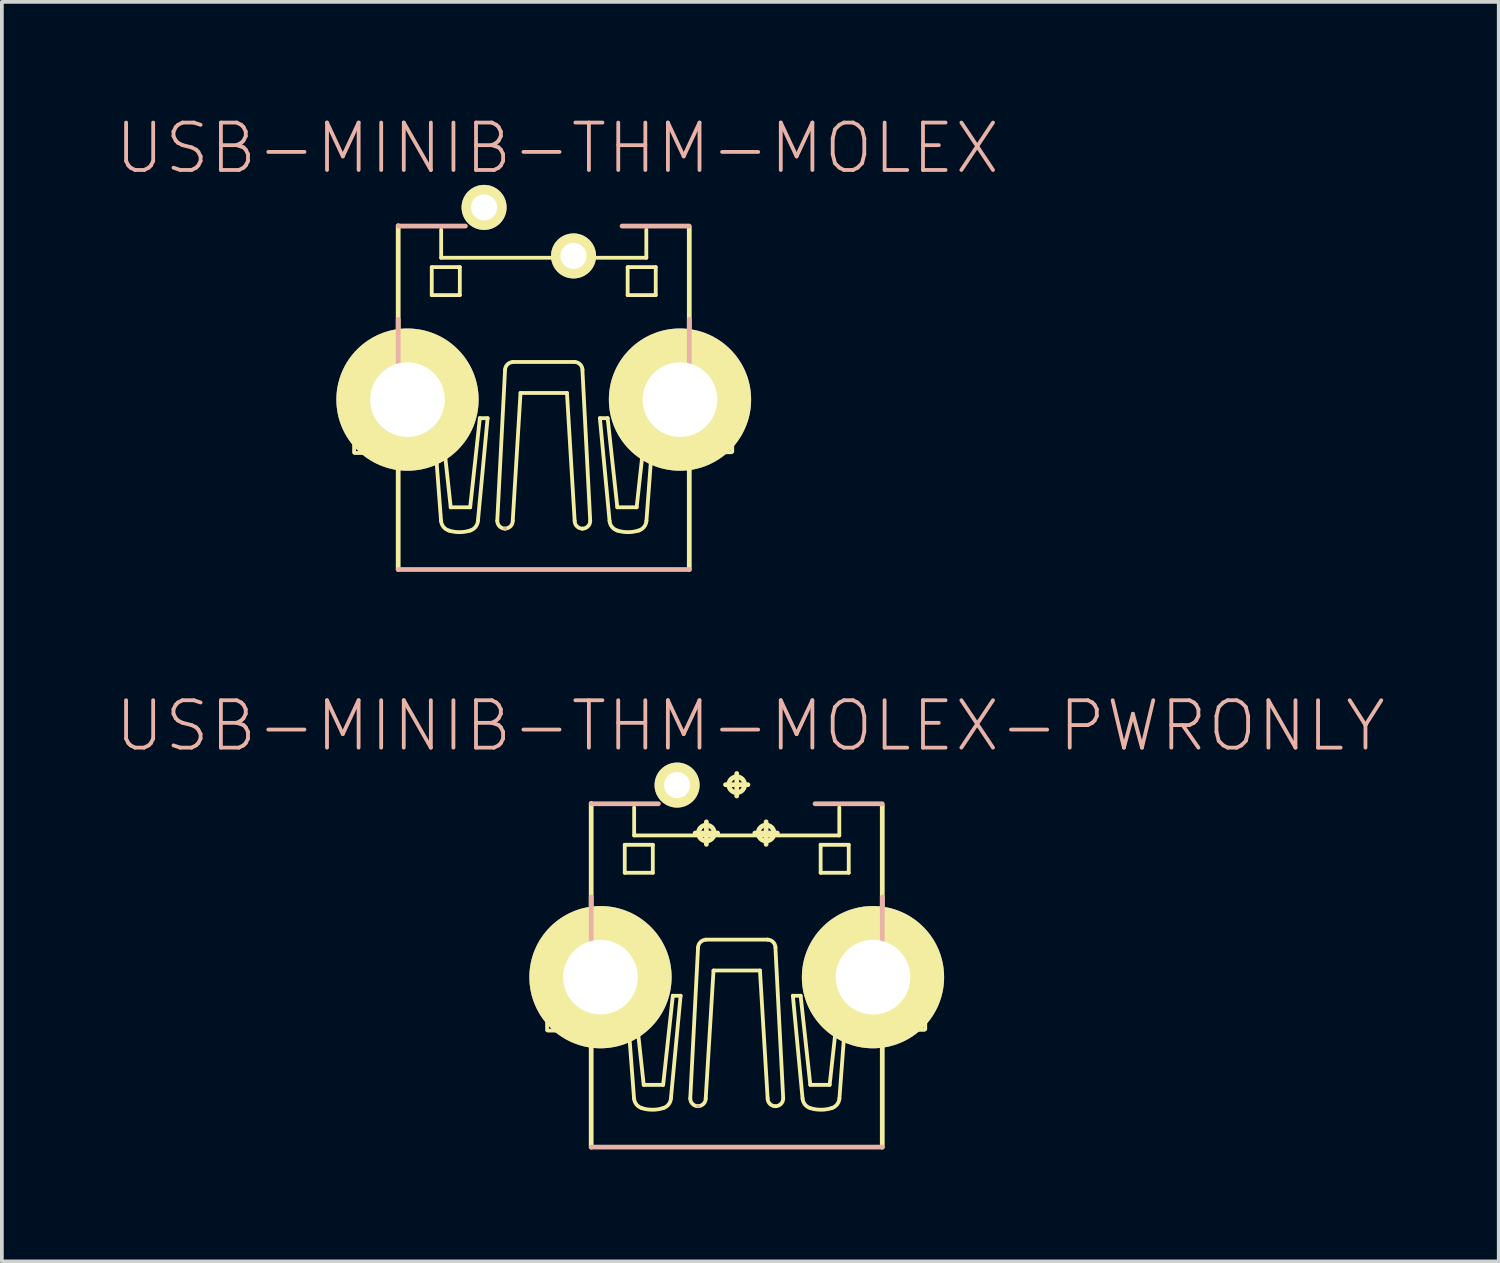
<source format=kicad_pcb>
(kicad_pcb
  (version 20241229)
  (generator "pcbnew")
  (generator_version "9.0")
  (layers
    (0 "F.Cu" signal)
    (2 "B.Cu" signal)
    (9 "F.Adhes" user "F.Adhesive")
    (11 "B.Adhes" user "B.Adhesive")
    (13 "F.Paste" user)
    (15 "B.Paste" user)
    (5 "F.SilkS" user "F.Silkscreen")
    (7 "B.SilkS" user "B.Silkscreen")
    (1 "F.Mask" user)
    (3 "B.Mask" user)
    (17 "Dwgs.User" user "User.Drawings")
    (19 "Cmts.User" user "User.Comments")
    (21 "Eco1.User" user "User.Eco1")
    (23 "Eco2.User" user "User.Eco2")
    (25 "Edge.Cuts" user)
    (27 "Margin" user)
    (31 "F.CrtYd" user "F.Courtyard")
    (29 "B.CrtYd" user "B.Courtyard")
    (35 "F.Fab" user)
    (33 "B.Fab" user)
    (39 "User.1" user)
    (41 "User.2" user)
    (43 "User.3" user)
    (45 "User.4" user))
  (footprint "USB-MINIB-THM-MOLEX"
    (layer "F.Cu")
    (at 11.516 12.224)
    (property "Reference" "USB-MINIB-THM-MOLEX" (at 0.363 -11.303 0) (layer "B.SilkS") (effects (font (size 1.27 1.27) (thickness 0.102))))
    (attr exclude_from_pos_files exclude_from_bom)
    (fp_line (start -5.08 -4.498) (end -5.08 -4.1) (stroke (width 0.102) (type solid)) (layer "F.SilkS"))
    (fp_line (start -5.08 -3.15) (end -5.08 -3.498) (stroke (width 0.102) (type solid)) (layer "F.SilkS"))
    (fp_line (start -5.06 -4.519) (end -3.909 -4.519) (stroke (width 0.102) (type solid)) (layer "F.SilkS"))
    (fp_line (start -3.909 -3.139) (end -5.06 -3.139) (stroke (width 0.102) (type solid)) (layer "F.SilkS"))
    (fp_line (start -3.899 -4.529) (end -3.899 -9.228) (stroke (width 0.127) (type solid)) (layer "F.SilkS"))
    (fp_line (start -3.899 -0.018) (end -3.899 -3.119) (stroke (width 0.127) (type solid)) (layer "F.SilkS"))
    (fp_line (start -3 -8.118) (end -2.248 -8.118) (stroke (width 0.102) (type solid)) (layer "F.SilkS"))
    (fp_line (start -3 -7.369) (end -3 -8.118) (stroke (width 0.102) (type solid)) (layer "F.SilkS"))
    (fp_line (start -2.959 -4.072) (end -2.751 -1.321) (stroke (width 0.102) (type solid)) (layer "F.SilkS"))
    (fp_line (start -2.751 -4.072) (end -2.959 -4.072) (stroke (width 0.102) (type solid)) (layer "F.SilkS"))
    (fp_line (start -2.748 -9.119) (end -2.748 -8.369) (stroke (width 0.102) (type solid)) (layer "F.SilkS"))
    (fp_line (start -2.748 -8.369) (end 2.748 -8.369) (stroke (width 0.102) (type solid)) (layer "F.SilkS"))
    (fp_line (start -2.492 -1.684) (end -2.751 -4.072) (stroke (width 0.102) (type solid)) (layer "F.SilkS"))
    (fp_line (start -2.248 -8.118) (end -2.248 -7.369) (stroke (width 0.102) (type solid)) (layer "F.SilkS"))
    (fp_line (start -2.248 -7.369) (end -3 -7.369) (stroke (width 0.102) (type solid)) (layer "F.SilkS"))
    (fp_line (start -1.971 -1.684) (end -2.492 -1.684) (stroke (width 0.102) (type solid)) (layer "F.SilkS"))
    (fp_line (start -1.763 -1.321) (end -1.504 -4.072) (stroke (width 0.102) (type solid)) (layer "F.SilkS"))
    (fp_line (start -1.712 -4.072) (end -1.971 -1.684) (stroke (width 0.102) (type solid)) (layer "F.SilkS"))
    (fp_line (start -1.504 -4.072) (end -1.712 -4.072) (stroke (width 0.102) (type solid)) (layer "F.SilkS"))
    (fp_line (start -1.245 -1.321) (end -1.036 -5.37) (stroke (width 0.102) (type solid)) (layer "F.SilkS"))
    (fp_line (start -0.831 -1.321) (end -0.622 -4.747) (stroke (width 0.102) (type solid)) (layer "F.SilkS"))
    (fp_line (start 0.622 -4.747) (end -0.622 -4.747) (stroke (width 0.102) (type solid)) (layer "F.SilkS"))
    (fp_line (start 0.828 -5.578) (end -0.831 -5.578) (stroke (width 0.102) (type solid)) (layer "F.SilkS"))
    (fp_line (start 0.828 -1.321) (end 0.622 -4.747) (stroke (width 0.102) (type solid)) (layer "F.SilkS"))
    (fp_line (start 1.245 -1.321) (end 1.036 -5.37) (stroke (width 0.102) (type solid)) (layer "F.SilkS"))
    (fp_line (start 1.504 -4.072) (end 1.712 -4.072) (stroke (width 0.102) (type solid)) (layer "F.SilkS"))
    (fp_line (start 1.712 -4.072) (end 1.971 -1.684) (stroke (width 0.102) (type solid)) (layer "F.SilkS"))
    (fp_line (start 1.763 -1.321) (end 1.504 -4.072) (stroke (width 0.102) (type solid)) (layer "F.SilkS"))
    (fp_line (start 1.971 -1.684) (end 2.489 -1.684) (stroke (width 0.102) (type solid)) (layer "F.SilkS"))
    (fp_line (start 2.248 -8.118) (end 2.248 -7.369) (stroke (width 0.102) (type solid)) (layer "F.SilkS"))
    (fp_line (start 2.248 -7.369) (end 3 -7.369) (stroke (width 0.102) (type solid)) (layer "F.SilkS"))
    (fp_line (start 2.489 -1.684) (end 2.751 -4.072) (stroke (width 0.102) (type solid)) (layer "F.SilkS"))
    (fp_line (start 2.748 -8.369) (end 2.748 -9.119) (stroke (width 0.102) (type solid)) (layer "F.SilkS"))
    (fp_line (start 2.751 -4.072) (end 2.957 -4.072) (stroke (width 0.102) (type solid)) (layer "F.SilkS"))
    (fp_line (start 2.957 -4.072) (end 2.751 -1.321) (stroke (width 0.102) (type solid)) (layer "F.SilkS"))
    (fp_line (start 3 -8.118) (end 2.248 -8.118) (stroke (width 0.102) (type solid)) (layer "F.SilkS"))
    (fp_line (start 3 -7.369) (end 3 -8.118) (stroke (width 0.102) (type solid)) (layer "F.SilkS"))
    (fp_line (start 3.879 -4.539) (end 5.029 -4.539) (stroke (width 0.102) (type solid)) (layer "F.SilkS"))
    (fp_line (start 3.899 -4.58) (end 3.899 -9.18) (stroke (width 0.127) (type solid)) (layer "F.SilkS"))
    (fp_line (start 3.899 -0.018) (end 3.899 -3.119) (stroke (width 0.127) (type solid)) (layer "F.SilkS"))
    (fp_line (start 5.029 -3.16) (end 3.879 -3.16) (stroke (width 0.102) (type solid)) (layer "F.SilkS"))
    (fp_line (start 5.05 -4.529) (end 5.05 -4.178) (stroke (width 0.102) (type solid)) (layer "F.SilkS"))
    (fp_line (start 5.05 -3.178) (end 5.05 -3.579) (stroke (width 0.102) (type solid)) (layer "F.SilkS"))
    (fp_arc (start -5.08 -4.09956) (mid -4.78028 -3.79984) (end -5.08 -3.50012) (stroke (width 0.1016) (type solid)) (layer "F.SilkS"))
    (fp_arc (start -2.54254 -1.06172) (mid -2.686403 -1.159416) (end -2.750193 -1.321193) (stroke (width 0.1016) (type solid)) (layer "F.SilkS"))
    (fp_arc (start -1.97104 -1.06172) (mid -2.255382 -1.018424) (end -2.539958 -1.060154) (stroke (width 0.1016) (type solid)) (layer "F.SilkS"))
    (fp_arc (start -1.76276 -1.3208) (mid -1.826881 -1.158738) (end -1.971177 -1.060993) (stroke (width 0.1016) (type solid)) (layer "F.SilkS"))
    (fp_arc (start -1.03632 -5.36956) (mid -0.972121 -5.51206) (end -0.829227 -5.575374) (stroke (width 0.1016) (type solid)) (layer "F.SilkS"))
    (fp_arc (start -1.03632 -1.11252) (mid -1.183596 -1.173524) (end -1.2446 -1.3208) (stroke (width 0.1016) (type solid)) (layer "F.SilkS"))
    (fp_arc (start -0.83058 -1.3208) (mid -0.89084 -1.17532) (end -1.03632 -1.11506) (stroke (width 0.1016) (type solid)) (layer "F.SilkS"))
    (fp_arc (start 0.82804 -5.57784) (mid 0.972882 -5.514688) (end 1.03864 -5.37101) (stroke (width 0.1016) (type solid)) (layer "F.SilkS"))
    (fp_arc (start 1.03632 -1.11252) (mid 0.889044 -1.173524) (end 0.82804 -1.3208) (stroke (width 0.1016) (type solid)) (layer "F.SilkS"))
    (fp_arc (start 1.2446 -1.3208) (mid 1.183596 -1.173524) (end 1.03632 -1.11252) (stroke (width 0.1016) (type solid)) (layer "F.SilkS"))
    (fp_arc (start 1.97104 -1.06172) (mid 1.827177 -1.159416) (end 1.763387 -1.321193) (stroke (width 0.1016) (type solid)) (layer "F.SilkS"))
    (fp_arc (start 2.54254 -1.06172) (mid 2.258198 -1.018424) (end 1.973622 -1.060154) (stroke (width 0.1016) (type solid)) (layer "F.SilkS"))
    (fp_arc (start 2.75082 -1.3208) (mid 2.686699 -1.158738) (end 2.542403 -1.060993) (stroke (width 0.1016) (type solid)) (layer "F.SilkS"))
    (fp_arc (start 5.04952 -3.57886) (mid 4.7498 -3.87858) (end 5.04952 -4.1783) (stroke (width 0.1016) (type solid)) (layer "F.SilkS"))
    (fp_line (start -3.899 -9.218) (end -2.098 -9.218) (stroke (width 0.127) (type solid)) (layer "B.SilkS"))
    (fp_line (start -3.899 -4.018) (end -3.899 -6.718) (stroke (width 0.127) (type solid)) (layer "B.SilkS"))
    (fp_line (start -3.899 -0.018) (end 3.899 -0.018) (stroke (width 0.127) (type solid)) (layer "B.SilkS"))
    (fp_line (start -1.036 -1.113) (end -1.036 -1.113) (stroke (width 0.102) (type solid)) (layer "B.SilkS"))
    (fp_line (start 2.098 -9.218) (end 3.899 -9.218) (stroke (width 0.127) (type solid)) (layer "B.SilkS"))
    (fp_line (start 3.899 -6.718) (end 3.899 -4.618) (stroke (width 0.127) (type solid)) (layer "B.SilkS"))
    (pad "D+" thru_hole rect (at 0 -9.718) (size 0.001 0.001) (drill 0.699) (layers "*.Cu" "F.Mask" "F.SilkS" "F.Paste"))
    (pad "D-" thru_hole rect (at -0.798 -8.418) (size 0.001 0.001) (drill 0.699) (layers "*.Cu" "F.Mask" "F.SilkS" "F.Paste"))
    (pad "GND" thru_hole rect (at 1.598 -9.718) (size 0.001 0.001) (drill 0.699) (layers "*.Cu" "F.Mask" "F.SilkS" "F.Paste"))
    (pad "GND1" thru_hole circle (at -3.65 -4.569) (size 3.81 3.81) (drill 1.999) (layers "*.Cu" "F.Mask" "F.SilkS" "F.Paste"))
    (pad "GND4" thru_hole circle (at 3.65 -4.569) (size 3.81 3.81) (drill 1.999) (layers "*.Cu" "F.Mask" "F.SilkS" "F.Paste"))
    (pad "ID" thru_hole circle (at 0.798 -8.418) (size 1.206 1.206) (drill 0.699) (layers "*.Cu" "F.Mask" "F.SilkS" "F.Paste"))
    (pad "VBUS" thru_hole circle (at -1.598 -9.718) (size 1.206 1.206) (drill 0.699) (layers "*.Cu" "F.Mask" "F.SilkS" "F.Paste")))
  (footprint "USB-MINIB-THM-MOLEX-PWRONLY"
    (layer "F.Cu")
    (at 16.686 22.619)
    (property "Reference" "USB-MINIB-THM-MOLEX-PWRONLY" (at 0.363 -6.223 0) (layer "B.SilkS") (effects (font (size 1.27 1.27) (thickness 0.102))))
    (attr exclude_from_pos_files exclude_from_bom)
    (fp_line (start -5.08 0.579) (end -5.08 0.978) (stroke (width 0.102) (type solid)) (layer "F.SilkS"))
    (fp_line (start -5.08 1.928) (end -5.08 1.58) (stroke (width 0.102) (type solid)) (layer "F.SilkS"))
    (fp_line (start -5.06 0.559) (end -3.909 0.559) (stroke (width 0.102) (type solid)) (layer "F.SilkS"))
    (fp_line (start -3.909 1.938) (end -5.06 1.938) (stroke (width 0.102) (type solid)) (layer "F.SilkS"))
    (fp_line (start -3.899 0.549) (end -3.899 -4.148) (stroke (width 0.127) (type solid)) (layer "F.SilkS"))
    (fp_line (start -3.899 5.06) (end -3.899 1.958) (stroke (width 0.127) (type solid)) (layer "F.SilkS"))
    (fp_line (start -3 -3.038) (end -2.248 -3.038) (stroke (width 0.102) (type solid)) (layer "F.SilkS"))
    (fp_line (start -3 -2.289) (end -3 -3.038) (stroke (width 0.102) (type solid)) (layer "F.SilkS"))
    (fp_line (start -2.959 1.006) (end -2.751 3.757) (stroke (width 0.102) (type solid)) (layer "F.SilkS"))
    (fp_line (start -2.751 1.006) (end -2.959 1.006) (stroke (width 0.102) (type solid)) (layer "F.SilkS"))
    (fp_line (start -2.748 -4.039) (end -2.748 -3.289) (stroke (width 0.102) (type solid)) (layer "F.SilkS"))
    (fp_line (start -2.748 -3.289) (end 2.748 -3.289) (stroke (width 0.102) (type solid)) (layer "F.SilkS"))
    (fp_line (start -2.492 3.393) (end -2.751 1.006) (stroke (width 0.102) (type solid)) (layer "F.SilkS"))
    (fp_line (start -2.248 -3.038) (end -2.248 -2.289) (stroke (width 0.102) (type solid)) (layer "F.SilkS"))
    (fp_line (start -2.248 -2.289) (end -3 -2.289) (stroke (width 0.102) (type solid)) (layer "F.SilkS"))
    (fp_line (start -1.971 3.393) (end -2.492 3.393) (stroke (width 0.102) (type solid)) (layer "F.SilkS"))
    (fp_line (start -1.763 3.757) (end -1.504 1.006) (stroke (width 0.102) (type solid)) (layer "F.SilkS"))
    (fp_line (start -1.712 1.006) (end -1.971 3.393) (stroke (width 0.102) (type solid)) (layer "F.SilkS"))
    (fp_line (start -1.504 1.006) (end -1.712 1.006) (stroke (width 0.102) (type solid)) (layer "F.SilkS"))
    (fp_line (start -1.245 3.757) (end -1.036 -0.29) (stroke (width 0.102) (type solid)) (layer "F.SilkS"))
    (fp_line (start -1.113 -3.353) (end -0.511 -3.353) (stroke (width 0.127) (type solid)) (layer "F.SilkS"))
    (fp_line (start -0.831 3.757) (end -0.622 0.33) (stroke (width 0.102) (type solid)) (layer "F.SilkS"))
    (fp_line (start -0.813 -3.051) (end -0.813 -3.653) (stroke (width 0.127) (type solid)) (layer "F.SilkS"))
    (fp_line (start -0.3 -4.648) (end 0.3 -4.648) (stroke (width 0.127) (type solid)) (layer "F.SilkS"))
    (fp_line (start 0 -4.346) (end 0 -4.948) (stroke (width 0.127) (type solid)) (layer "F.SilkS"))
    (fp_line (start 0.485 -3.353) (end 1.087 -3.353) (stroke (width 0.127) (type solid)) (layer "F.SilkS"))
    (fp_line (start 0.622 0.33) (end -0.622 0.33) (stroke (width 0.102) (type solid)) (layer "F.SilkS"))
    (fp_line (start 0.787 -3.051) (end 0.787 -3.653) (stroke (width 0.127) (type solid)) (layer "F.SilkS"))
    (fp_line (start 0.828 -0.498) (end -0.831 -0.498) (stroke (width 0.102) (type solid)) (layer "F.SilkS"))
    (fp_line (start 0.828 3.757) (end 0.622 0.33) (stroke (width 0.102) (type solid)) (layer "F.SilkS"))
    (fp_line (start 1.245 3.757) (end 1.036 -0.29) (stroke (width 0.102) (type solid)) (layer "F.SilkS"))
    (fp_line (start 1.504 1.006) (end 1.712 1.006) (stroke (width 0.102) (type solid)) (layer "F.SilkS"))
    (fp_line (start 1.712 1.006) (end 1.971 3.393) (stroke (width 0.102) (type solid)) (layer "F.SilkS"))
    (fp_line (start 1.763 3.757) (end 1.504 1.006) (stroke (width 0.102) (type solid)) (layer "F.SilkS"))
    (fp_line (start 1.971 3.393) (end 2.489 3.393) (stroke (width 0.102) (type solid)) (layer "F.SilkS"))
    (fp_line (start 2.248 -3.038) (end 2.248 -2.289) (stroke (width 0.102) (type solid)) (layer "F.SilkS"))
    (fp_line (start 2.248 -2.289) (end 3 -2.289) (stroke (width 0.102) (type solid)) (layer "F.SilkS"))
    (fp_line (start 2.489 3.393) (end 2.751 1.006) (stroke (width 0.102) (type solid)) (layer "F.SilkS"))
    (fp_line (start 2.748 -3.289) (end 2.748 -4.039) (stroke (width 0.102) (type solid)) (layer "F.SilkS"))
    (fp_line (start 2.751 1.006) (end 2.957 1.006) (stroke (width 0.102) (type solid)) (layer "F.SilkS"))
    (fp_line (start 2.957 1.006) (end 2.751 3.757) (stroke (width 0.102) (type solid)) (layer "F.SilkS"))
    (fp_line (start 3 -3.038) (end 2.248 -3.038) (stroke (width 0.102) (type solid)) (layer "F.SilkS"))
    (fp_line (start 3 -2.289) (end 3 -3.038) (stroke (width 0.102) (type solid)) (layer "F.SilkS"))
    (fp_line (start 3.879 0.538) (end 5.029 0.538) (stroke (width 0.102) (type solid)) (layer "F.SilkS"))
    (fp_line (start 3.899 0.498) (end 3.899 -4.1) (stroke (width 0.127) (type solid)) (layer "F.SilkS"))
    (fp_line (start 3.899 5.06) (end 3.899 1.958) (stroke (width 0.127) (type solid)) (layer "F.SilkS"))
    (fp_line (start 5.029 1.918) (end 3.879 1.918) (stroke (width 0.102) (type solid)) (layer "F.SilkS"))
    (fp_line (start 5.05 0.549) (end 5.05 0.899) (stroke (width 0.102) (type solid)) (layer "F.SilkS"))
    (fp_line (start 5.05 1.9) (end 5.05 1.499) (stroke (width 0.102) (type solid)) (layer "F.SilkS"))
    (fp_arc (start -5.08 0.9779) (mid -4.78028 1.27762) (end -5.08 1.57734) (stroke (width 0.1016) (type solid)) (layer "F.SilkS"))
    (fp_arc (start -2.54254 4.01574) (mid -2.686403 3.918044) (end -2.750193 3.756267) (stroke (width 0.1016) (type solid)) (layer "F.SilkS"))
    (fp_arc (start -1.97104 4.01574) (mid -2.255382 4.059036) (end -2.539958 4.017306) (stroke (width 0.1016) (type solid)) (layer "F.SilkS"))
    (fp_arc (start -1.76276 3.75666) (mid -1.826881 3.918722) (end -1.971177 4.016467) (stroke (width 0.1016) (type solid)) (layer "F.SilkS"))
    (fp_arc (start -1.03632 -0.28956) (mid -0.972121 -0.43206) (end -0.829227 -0.495374) (stroke (width 0.1016) (type solid)) (layer "F.SilkS"))
    (fp_arc (start -1.03632 3.96494) (mid -1.183596 3.903936) (end -1.2446 3.75666) (stroke (width 0.1016) (type solid)) (layer "F.SilkS"))
    (fp_arc (start -0.83058 3.75666) (mid -0.89084 3.90214) (end -1.03632 3.9624) (stroke (width 0.1016) (type solid)) (layer "F.SilkS"))
    (fp_arc (start 0.82804 -0.49784) (mid 0.972882 -0.434688) (end 1.03864 -0.29101) (stroke (width 0.1016) (type solid)) (layer "F.SilkS"))
    (fp_arc (start 1.03632 3.96494) (mid 0.889044 3.903936) (end 0.82804 3.75666) (stroke (width 0.1016) (type solid)) (layer "F.SilkS"))
    (fp_arc (start 1.2446 3.75666) (mid 1.183596 3.903936) (end 1.03632 3.96494) (stroke (width 0.1016) (type solid)) (layer "F.SilkS"))
    (fp_arc (start 1.97104 4.01574) (mid 1.827177 3.918044) (end 1.763387 3.756267) (stroke (width 0.1016) (type solid)) (layer "F.SilkS"))
    (fp_arc (start 2.54254 4.01574) (mid 2.258198 4.059036) (end 1.973622 4.017306) (stroke (width 0.1016) (type solid)) (layer "F.SilkS"))
    (fp_arc (start 2.75082 3.75666) (mid 2.686699 3.918722) (end 2.542403 4.016467) (stroke (width 0.1016) (type solid)) (layer "F.SilkS"))
    (fp_arc (start 5.04952 1.4986) (mid 4.7498 1.19888) (end 5.04952 0.89916) (stroke (width 0.1016) (type solid)) (layer "F.SilkS"))
    (fp_circle (center -0.813 -3.353) (end -0.963 -3.503) (stroke (width 0.127) (type solid)) (fill no) (layer "F.SilkS"))
    (fp_circle (center 0 -4.648) (end -0.15 -4.798) (stroke (width 0.127) (type solid)) (fill no) (layer "F.SilkS"))
    (fp_circle (center 0.787 -3.353) (end 0.937 -3.503) (stroke (width 0.127) (type solid)) (fill no) (layer "F.SilkS"))
    (fp_line (start -3.899 -4.138) (end -2.098 -4.138) (stroke (width 0.127) (type solid)) (layer "B.SilkS"))
    (fp_line (start -3.899 1.059) (end -3.899 -1.638) (stroke (width 0.127) (type solid)) (layer "B.SilkS"))
    (fp_line (start -3.899 5.06) (end 3.899 5.06) (stroke (width 0.127) (type solid)) (layer "B.SilkS"))
    (fp_line (start -1.036 3.965) (end -1.036 3.965) (stroke (width 0.102) (type solid)) (layer "B.SilkS"))
    (fp_line (start 2.098 -4.138) (end 3.899 -4.138) (stroke (width 0.127) (type solid)) (layer "B.SilkS"))
    (fp_line (start 3.899 -1.638) (end 3.899 0.46) (stroke (width 0.127) (type solid)) (layer "B.SilkS"))
    (pad "GND" thru_hole rect (at 1.598 -4.638) (size 0.001 0.001) (drill 0.699) (layers "*.Cu" "F.Mask" "F.SilkS" "F.Paste"))
    (pad "GND1" thru_hole circle (at -3.65 0.508) (size 3.81 3.81) (drill 1.999) (layers "*.Cu" "F.Mask" "F.SilkS" "F.Paste"))
    (pad "GND4" thru_hole circle (at 3.65 0.508) (size 3.81 3.81) (drill 1.999) (layers "*.Cu" "F.Mask" "F.SilkS" "F.Paste"))
    (pad "VBUS" thru_hole circle (at -1.598 -4.638) (size 1.206 1.206) (drill 0.699) (layers "*.Cu" "F.Mask" "F.SilkS" "F.Paste")))
  (gr_rect
    (start -3 -3)
    (end 37.099 30.742)
    (stroke (width 0.1) (type default))
    (fill no)
    (layer "Edge.Cuts")))
</source>
